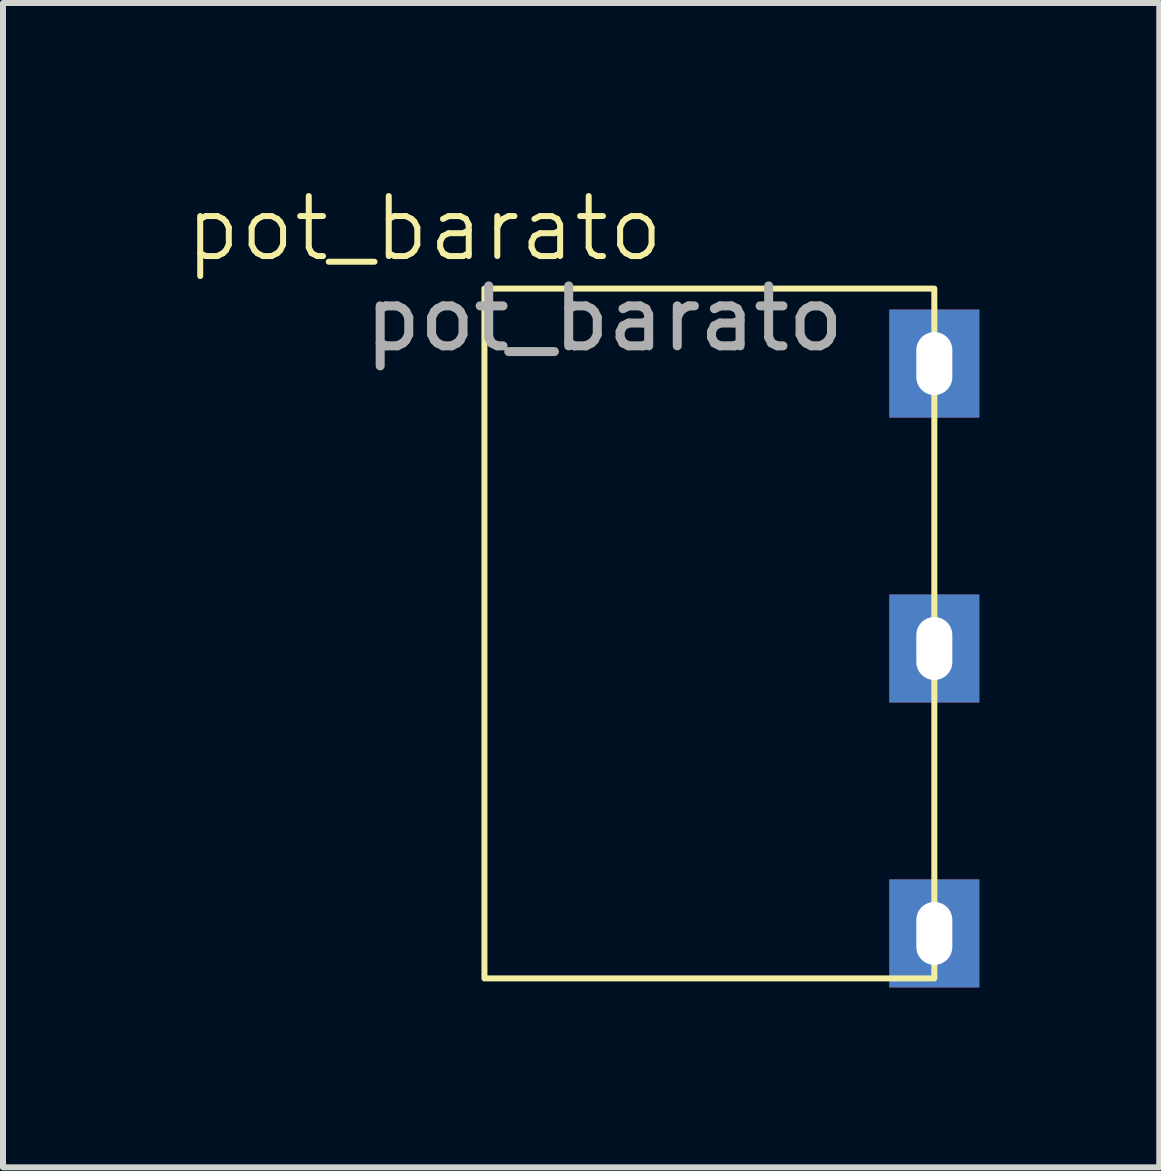
<source format=kicad_pcb>
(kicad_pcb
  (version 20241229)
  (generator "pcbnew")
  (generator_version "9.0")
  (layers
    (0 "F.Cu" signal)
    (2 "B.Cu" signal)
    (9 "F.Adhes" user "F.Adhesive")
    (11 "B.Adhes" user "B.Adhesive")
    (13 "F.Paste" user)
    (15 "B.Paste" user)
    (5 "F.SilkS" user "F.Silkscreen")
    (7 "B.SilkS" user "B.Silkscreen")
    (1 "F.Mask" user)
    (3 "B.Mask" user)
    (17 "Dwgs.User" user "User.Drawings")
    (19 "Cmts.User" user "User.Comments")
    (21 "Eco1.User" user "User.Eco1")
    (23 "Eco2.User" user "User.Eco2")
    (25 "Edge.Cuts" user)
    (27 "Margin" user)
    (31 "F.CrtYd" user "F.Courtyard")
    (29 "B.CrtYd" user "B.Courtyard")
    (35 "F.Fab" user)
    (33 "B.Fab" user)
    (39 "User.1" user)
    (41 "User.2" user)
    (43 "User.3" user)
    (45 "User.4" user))
  (footprint "pot_barato"
    (layer "F.Cu")
    (at 12.526 7.761)
    (property "Reference" "pot_barato" (at -8.5 -7 0) (unlocked yes) (layer "F.SilkS") (effects (font (size 1 1) (thickness 0.1))))
    (attr smd)
    (fp_rect (start -7.5 -6) (end 0 5.5) (stroke (width 0.1) (type default)) (fill no) (layer "F.SilkS"))
    (fp_text user "${REFERENCE}" (at -5.5 -5.5 0) (unlocked yes) (layer "F.Fab") (effects (font (size 1 1) (thickness 0.15))))
    (pad "1" thru_hole rect (at 0 4.75) (size 1.5 1.8) (drill oval 0.6 1.05) (layers "*.Cu" "*.Mask"))
    (pad "2" thru_hole rect (at 0 0) (size 1.5 1.8) (drill oval 0.6 1.05) (layers "*.Cu" "*.Mask"))
    (pad "3" thru_hole rect (at 0 -4.75) (size 1.5 1.8) (drill oval 0.6 1.05) (layers "*.Cu" "*.Mask")))
  (gr_rect
    (start -3 -3)
    (end 16.276 16.41)
    (stroke (width 0.1) (type default))
    (fill no)
    (layer "Edge.Cuts")))
</source>
